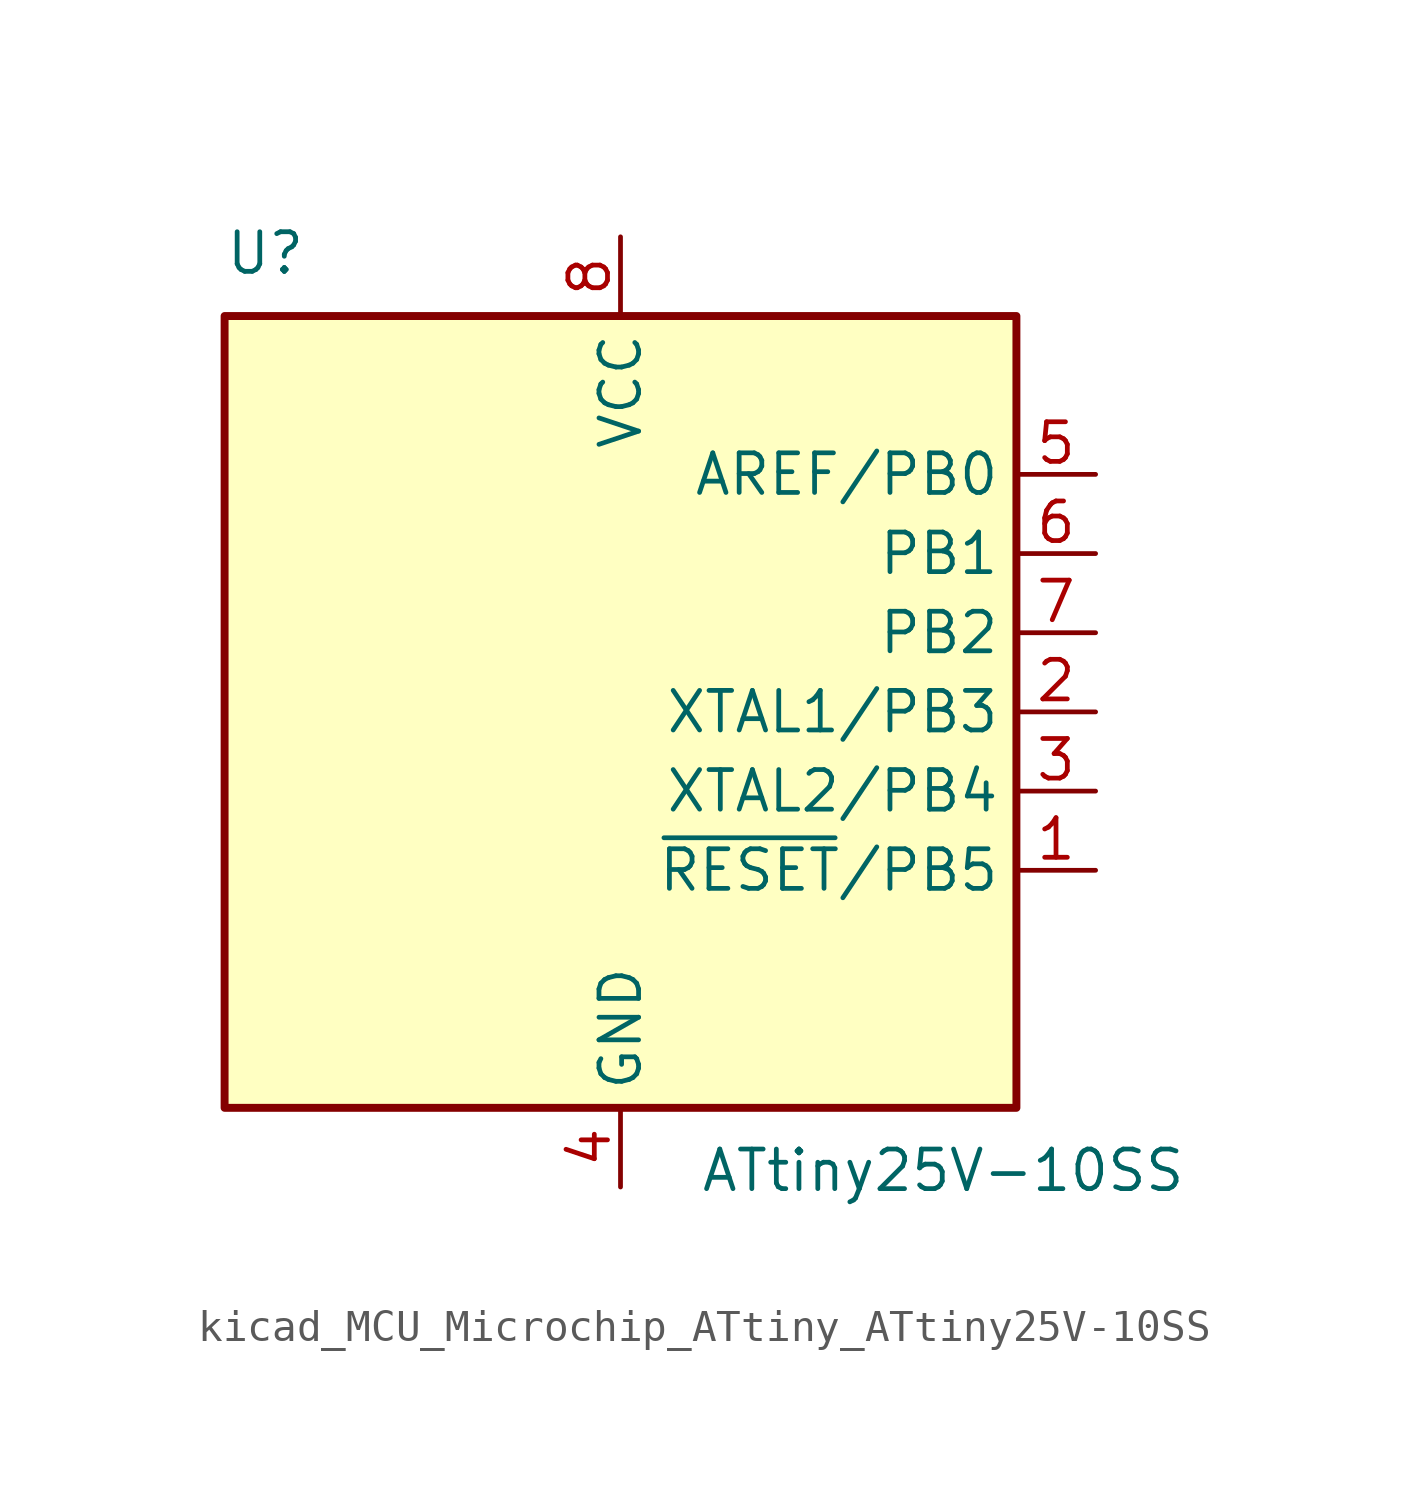
<source format=kicad_sym>
(kicad_symbol_lib
  (version 20220914)
  (generator kicad_symbol_editor)
  (symbol "kicad_MCU_Microchip_ATtiny_ATtiny25V-10SS"
    (property "Reference" "U"
      (at -12.7 13.97 0)
      (effects (font (size 1.27 1.27)) (justify left bottom)))
    (property "Value" "ATtiny25V-10SS"
      (at 2.54 -13.97 0)
      (effects (font (size 1.27 1.27)) (justify left top)))
    (symbol "kicad_MCU_Microchip_ATtiny_ATtiny25V-10SS_0_1"
      (rectangle (start -12.7 -12.7) (end 12.7 12.7) (stroke (width 0.254) (type default)) (fill (type background))))
    (symbol "kicad_MCU_Microchip_ATtiny_ATtiny25V-10SS_1_1"
      (pin bidirectional line (at 15.24 -5.08 180) (length 2.54) (name "~{RESET}/PB5" (effects (font (size 1.27 1.27)))) (number "1" (effects (font (size 1.27 1.27)))))
      (pin bidirectional line (at 15.24 0 180) (length 2.54) (name "XTAL1/PB3" (effects (font (size 1.27 1.27)))) (number "2" (effects (font (size 1.27 1.27)))))
      (pin bidirectional line (at 15.24 -2.54 180) (length 2.54) (name "XTAL2/PB4" (effects (font (size 1.27 1.27)))) (number "3" (effects (font (size 1.27 1.27)))))
      (pin power_in line (at 0 -15.24 90) (length 2.54) (name "GND" (effects (font (size 1.27 1.27)))) (number "4" (effects (font (size 1.27 1.27)))))
      (pin bidirectional line (at 15.24 7.62 180) (length 2.54) (name "AREF/PB0" (effects (font (size 1.27 1.27)))) (number "5" (effects (font (size 1.27 1.27)))))
      (pin bidirectional line (at 15.24 5.08 180) (length 2.54) (name "PB1" (effects (font (size 1.27 1.27)))) (number "6" (effects (font (size 1.27 1.27)))))
      (pin bidirectional line (at 15.24 2.54 180) (length 2.54) (name "PB2" (effects (font (size 1.27 1.27)))) (number "7" (effects (font (size 1.27 1.27)))))
      (pin power_in line (at 0 15.24 270) (length 2.54) (name "VCC" (effects (font (size 1.27 1.27)))) (number "8" (effects (font (size 1.27 1.27))))))))
</source>
